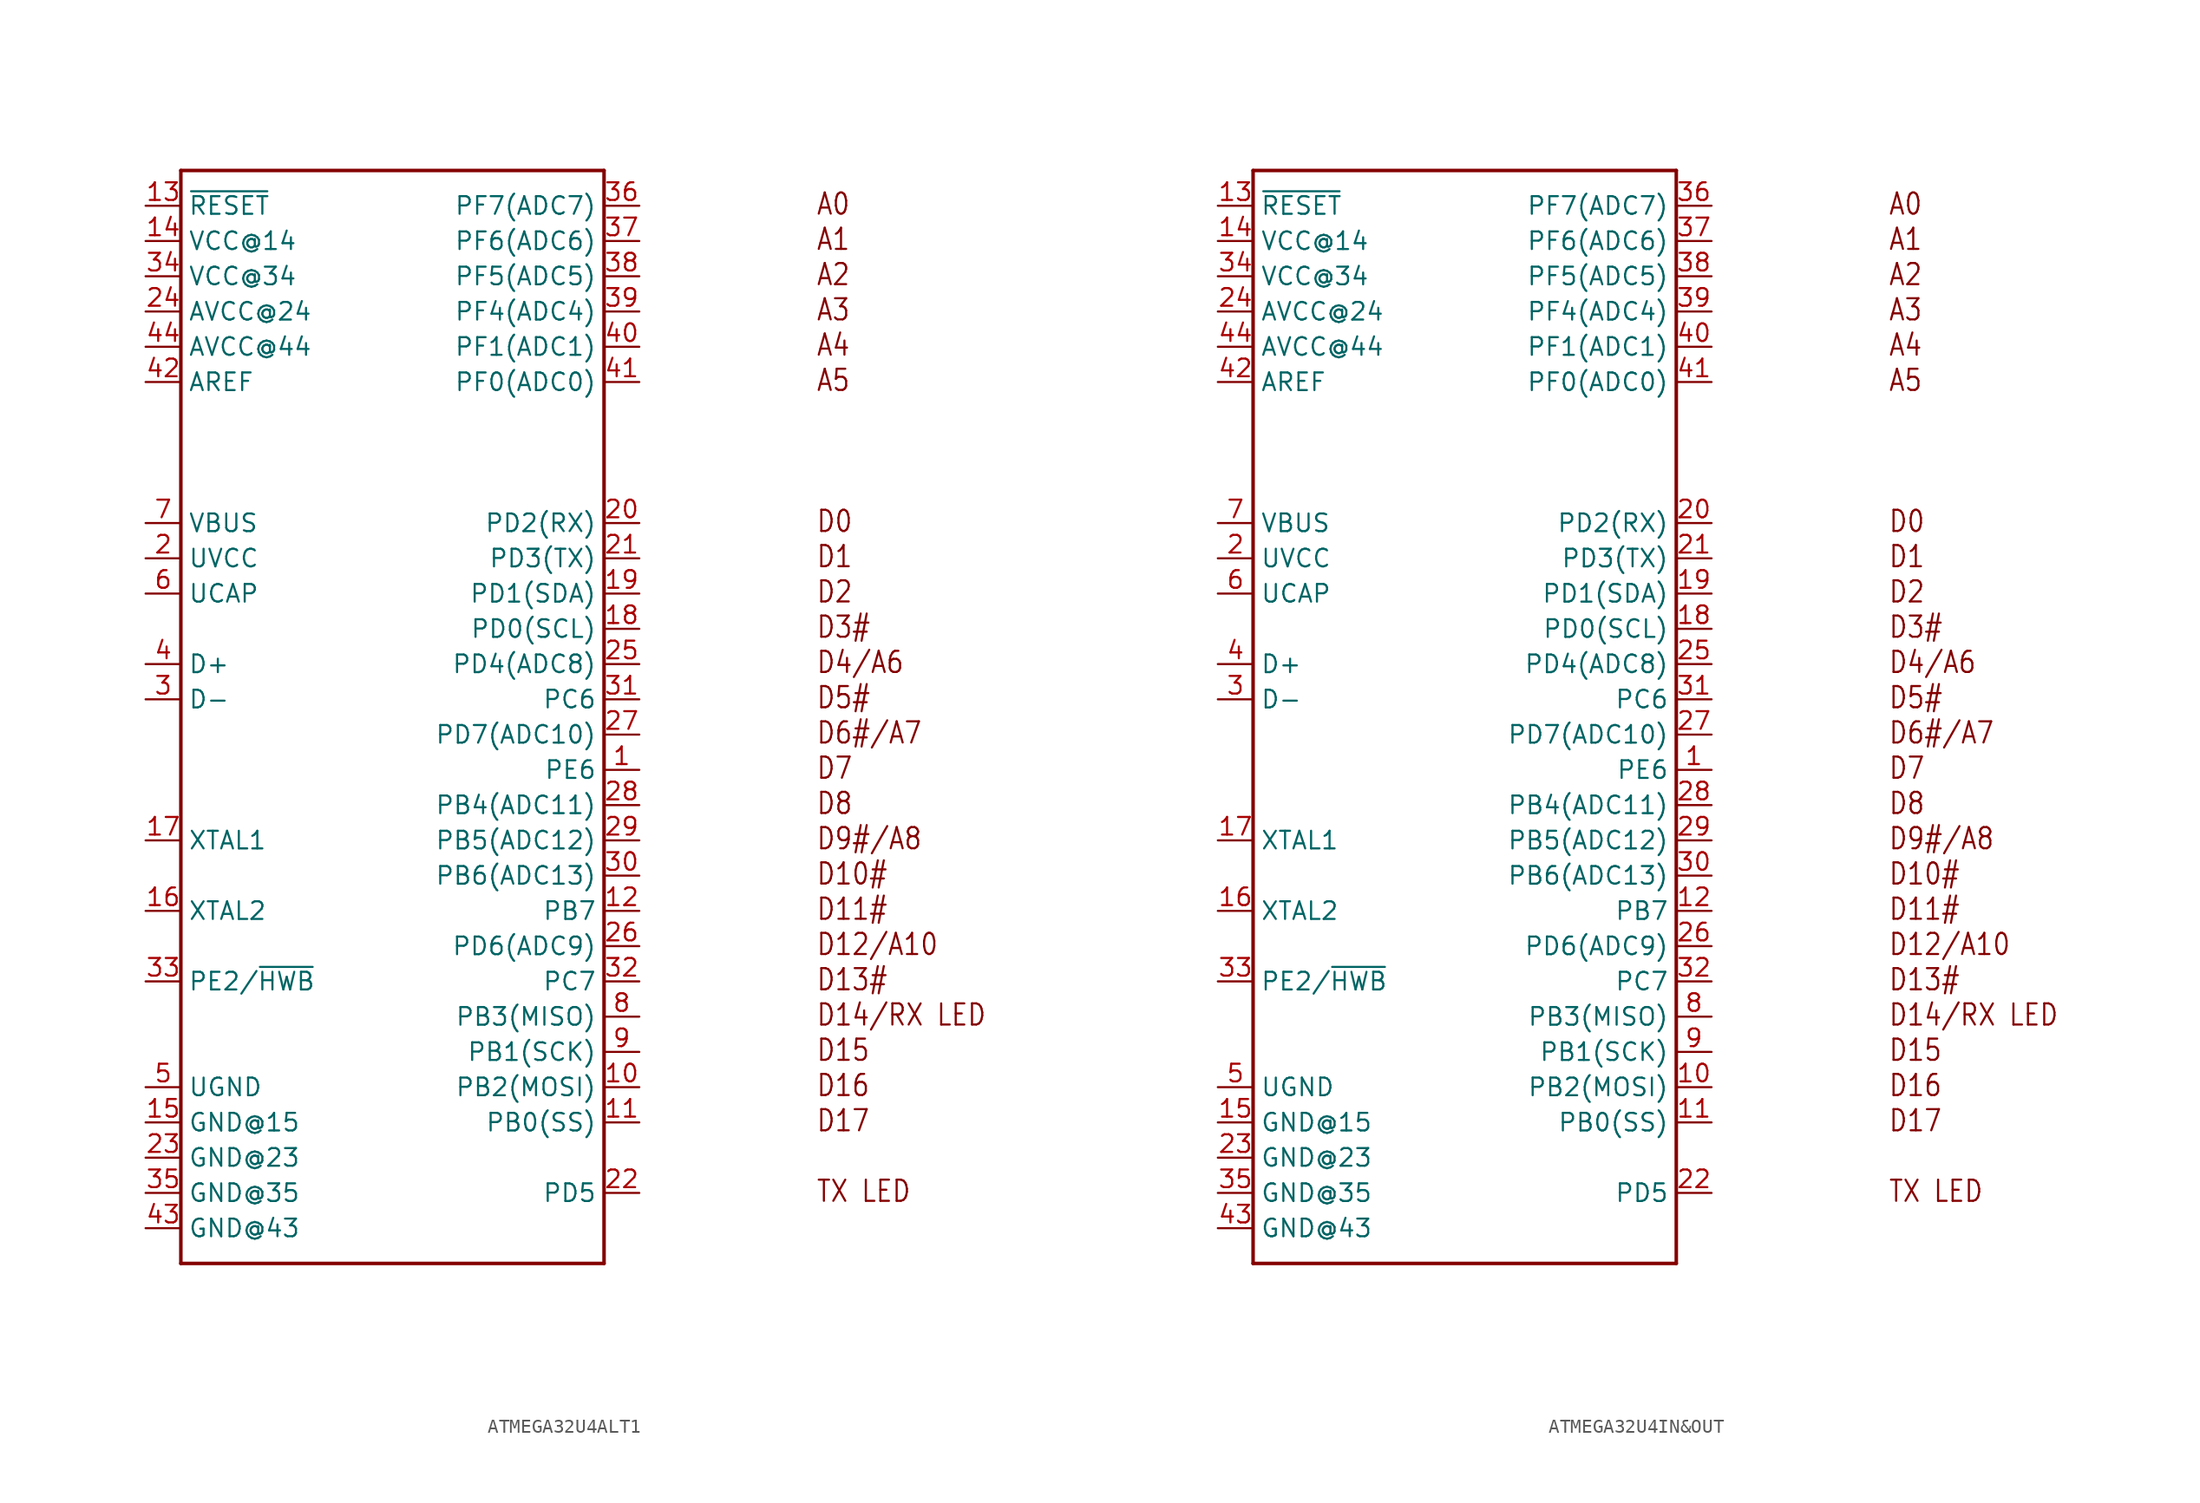
<source format=kicad_sym>
(kicad_symbol_lib
  (version 20220914)
  (generator kicad_symbol_editor)
  (symbol "ATMEGA32U4ALT1"
    (property "Reference" ""
      (at -15.24 38.1 0)
      (effects (font (size 1.778 1.511)) (justify left bottom) hide))
    (property "Value" ""
      (at -15.24 -43.18 0)
      (effects (font (size 1.778 1.511)) (justify left bottom)))
    (property "ki_locked" ""
      (at 0 0 0)
      (effects (font (size 1.27 1.27))))
    (symbol "ATMEGA32U4ALT1_1_0"
      (polyline (pts (xy -15.24 -40.64) (xy 15.24 -40.64)) (stroke (width 0.254) (type solid)) (fill (type none)))
      (polyline (pts (xy -15.24 38.1) (xy -15.24 -40.64)) (stroke (width 0.254) (type solid)) (fill (type none)))
      (polyline (pts (xy 15.24 -40.64) (xy 15.24 38.1)) (stroke (width 0.254) (type solid)) (fill (type none)))
      (polyline (pts (xy 15.24 38.1) (xy -15.24 38.1)) (stroke (width 0.254) (type solid)) (fill (type none)))
      (text "A0" (at 30.48 34.798 0) (effects (font (size 1.524 1.295)) (justify left bottom)))
      (text "A1" (at 30.48 32.258 0) (effects (font (size 1.524 1.295)) (justify left bottom)))
      (text "A2" (at 30.48 29.718 0) (effects (font (size 1.524 1.295)) (justify left bottom)))
      (text "A3" (at 30.48 27.178 0) (effects (font (size 1.524 1.295)) (justify left bottom)))
      (text "A4" (at 30.48 24.638 0) (effects (font (size 1.524 1.295)) (justify left bottom)))
      (text "A5" (at 30.48 22.098 0) (effects (font (size 1.524 1.295)) (justify left bottom)))
      (text "D0" (at 30.48 11.938 0) (effects (font (size 1.524 1.295)) (justify left bottom)))
      (text "D1" (at 30.48 9.398 0) (effects (font (size 1.524 1.295)) (justify left bottom)))
      (text "D10#" (at 30.48 -13.462 0) (effects (font (size 1.524 1.295)) (justify left bottom)))
      (text "D11#" (at 30.48 -16.002 0) (effects (font (size 1.524 1.295)) (justify left bottom)))
      (text "D12/A10" (at 30.48 -18.542 0) (effects (font (size 1.524 1.295)) (justify left bottom)))
      (text "D13#" (at 30.48 -21.082 0) (effects (font (size 1.524 1.295)) (justify left bottom)))
      (text "D14/RX LED" (at 30.48 -23.622 0) (effects (font (size 1.524 1.295)) (justify left bottom)))
      (text "D15" (at 30.48 -26.162 0) (effects (font (size 1.524 1.295)) (justify left bottom)))
      (text "D16" (at 30.48 -28.702 0) (effects (font (size 1.524 1.295)) (justify left bottom)))
      (text "D17" (at 30.48 -31.242 0) (effects (font (size 1.524 1.295)) (justify left bottom)))
      (text "D2" (at 30.48 6.858 0) (effects (font (size 1.524 1.295)) (justify left bottom)))
      (text "D3#" (at 30.48 4.318 0) (effects (font (size 1.524 1.295)) (justify left bottom)))
      (text "D4/A6" (at 30.48 1.778 0) (effects (font (size 1.524 1.295)) (justify left bottom)))
      (text "D5#" (at 30.48 -0.762 0) (effects (font (size 1.524 1.295)) (justify left bottom)))
      (text "D6#/A7" (at 30.48 -3.302 0) (effects (font (size 1.524 1.295)) (justify left bottom)))
      (text "D7" (at 30.48 -5.842 0) (effects (font (size 1.524 1.295)) (justify left bottom)))
      (text "D8" (at 30.48 -8.382 0) (effects (font (size 1.524 1.295)) (justify left bottom)))
      (text "D9#/A8" (at 30.48 -10.922 0) (effects (font (size 1.524 1.295)) (justify left bottom)))
      (text "TX LED" (at 30.48 -36.322 0) (effects (font (size 1.524 1.295)) (justify left bottom)))
      (pin bidirectional line (at 17.78 -5.08 180) (length 2.54) (name "PE6" (effects (font (size 1.27 1.27)))) (number "1" (effects (font (size 1.27 1.27)))))
      (pin bidirectional line (at 17.78 -27.94 180) (length 2.54) (name "PB2(MOSI)" (effects (font (size 1.27 1.27)))) (number "10" (effects (font (size 1.27 1.27)))))
      (pin bidirectional line (at 17.78 -30.48 180) (length 2.54) (name "PB0(SS)" (effects (font (size 1.27 1.27)))) (number "11" (effects (font (size 1.27 1.27)))))
      (pin bidirectional line (at 17.78 -15.24 180) (length 2.54) (name "PB7" (effects (font (size 1.27 1.27)))) (number "12" (effects (font (size 1.27 1.27)))))
      (pin bidirectional line (at -17.78 35.56 0) (length 2.54) (name "~{RESET}" (effects (font (size 1.27 1.27)))) (number "13" (effects (font (size 1.27 1.27)))))
      (pin bidirectional line (at -17.78 33.02 0) (length 2.54) (name "VCC@14" (effects (font (size 1.27 1.27)))) (number "14" (effects (font (size 1.27 1.27)))))
      (pin bidirectional line (at -17.78 -30.48 0) (length 2.54) (name "GND@15" (effects (font (size 1.27 1.27)))) (number "15" (effects (font (size 1.27 1.27)))))
      (pin bidirectional line (at -17.78 -15.24 0) (length 2.54) (name "XTAL2" (effects (font (size 1.27 1.27)))) (number "16" (effects (font (size 1.27 1.27)))))
      (pin bidirectional line (at -17.78 -10.16 0) (length 2.54) (name "XTAL1" (effects (font (size 1.27 1.27)))) (number "17" (effects (font (size 1.27 1.27)))))
      (pin bidirectional line (at 17.78 5.08 180) (length 2.54) (name "PD0(SCL)" (effects (font (size 1.27 1.27)))) (number "18" (effects (font (size 1.27 1.27)))))
      (pin bidirectional line (at 17.78 7.62 180) (length 2.54) (name "PD1(SDA)" (effects (font (size 1.27 1.27)))) (number "19" (effects (font (size 1.27 1.27)))))
      (pin bidirectional line (at -17.78 10.16 0) (length 2.54) (name "UVCC" (effects (font (size 1.27 1.27)))) (number "2" (effects (font (size 1.27 1.27)))))
      (pin bidirectional line (at 17.78 12.7 180) (length 2.54) (name "PD2(RX)" (effects (font (size 1.27 1.27)))) (number "20" (effects (font (size 1.27 1.27)))))
      (pin bidirectional line (at 17.78 10.16 180) (length 2.54) (name "PD3(TX)" (effects (font (size 1.27 1.27)))) (number "21" (effects (font (size 1.27 1.27)))))
      (pin bidirectional line (at 17.78 -35.56 180) (length 2.54) (name "PD5" (effects (font (size 1.27 1.27)))) (number "22" (effects (font (size 1.27 1.27)))))
      (pin bidirectional line (at -17.78 -33.02 0) (length 2.54) (name "GND@23" (effects (font (size 1.27 1.27)))) (number "23" (effects (font (size 1.27 1.27)))))
      (pin bidirectional line (at -17.78 27.94 0) (length 2.54) (name "AVCC@24" (effects (font (size 1.27 1.27)))) (number "24" (effects (font (size 1.27 1.27)))))
      (pin bidirectional line (at 17.78 2.54 180) (length 2.54) (name "PD4(ADC8)" (effects (font (size 1.27 1.27)))) (number "25" (effects (font (size 1.27 1.27)))))
      (pin bidirectional line (at 17.78 -17.78 180) (length 2.54) (name "PD6(ADC9)" (effects (font (size 1.27 1.27)))) (number "26" (effects (font (size 1.27 1.27)))))
      (pin bidirectional line (at 17.78 -2.54 180) (length 2.54) (name "PD7(ADC10)" (effects (font (size 1.27 1.27)))) (number "27" (effects (font (size 1.27 1.27)))))
      (pin bidirectional line (at 17.78 -7.62 180) (length 2.54) (name "PB4(ADC11)" (effects (font (size 1.27 1.27)))) (number "28" (effects (font (size 1.27 1.27)))))
      (pin bidirectional line (at 17.78 -10.16 180) (length 2.54) (name "PB5(ADC12)" (effects (font (size 1.27 1.27)))) (number "29" (effects (font (size 1.27 1.27)))))
      (pin bidirectional line (at -17.78 0 0) (length 2.54) (name "D-" (effects (font (size 1.27 1.27)))) (number "3" (effects (font (size 1.27 1.27)))))
      (pin bidirectional line (at 17.78 -12.7 180) (length 2.54) (name "PB6(ADC13)" (effects (font (size 1.27 1.27)))) (number "30" (effects (font (size 1.27 1.27)))))
      (pin bidirectional line (at 17.78 0 180) (length 2.54) (name "PC6" (effects (font (size 1.27 1.27)))) (number "31" (effects (font (size 1.27 1.27)))))
      (pin bidirectional line (at 17.78 -20.32 180) (length 2.54) (name "PC7" (effects (font (size 1.27 1.27)))) (number "32" (effects (font (size 1.27 1.27)))))
      (pin bidirectional line (at -17.78 -20.32 0) (length 2.54) (name "PE2/~{HWB}" (effects (font (size 1.27 1.27)))) (number "33" (effects (font (size 1.27 1.27)))))
      (pin bidirectional line (at -17.78 30.48 0) (length 2.54) (name "VCC@34" (effects (font (size 1.27 1.27)))) (number "34" (effects (font (size 1.27 1.27)))))
      (pin bidirectional line (at -17.78 -35.56 0) (length 2.54) (name "GND@35" (effects (font (size 1.27 1.27)))) (number "35" (effects (font (size 1.27 1.27)))))
      (pin bidirectional line (at 17.78 35.56 180) (length 2.54) (name "PF7(ADC7)" (effects (font (size 1.27 1.27)))) (number "36" (effects (font (size 1.27 1.27)))))
      (pin bidirectional line (at 17.78 33.02 180) (length 2.54) (name "PF6(ADC6)" (effects (font (size 1.27 1.27)))) (number "37" (effects (font (size 1.27 1.27)))))
      (pin bidirectional line (at 17.78 30.48 180) (length 2.54) (name "PF5(ADC5)" (effects (font (size 1.27 1.27)))) (number "38" (effects (font (size 1.27 1.27)))))
      (pin bidirectional line (at 17.78 27.94 180) (length 2.54) (name "PF4(ADC4)" (effects (font (size 1.27 1.27)))) (number "39" (effects (font (size 1.27 1.27)))))
      (pin bidirectional line (at -17.78 2.54 0) (length 2.54) (name "D+" (effects (font (size 1.27 1.27)))) (number "4" (effects (font (size 1.27 1.27)))))
      (pin bidirectional line (at 17.78 25.4 180) (length 2.54) (name "PF1(ADC1)" (effects (font (size 1.27 1.27)))) (number "40" (effects (font (size 1.27 1.27)))))
      (pin bidirectional line (at 17.78 22.86 180) (length 2.54) (name "PF0(ADC0)" (effects (font (size 1.27 1.27)))) (number "41" (effects (font (size 1.27 1.27)))))
      (pin bidirectional line (at -17.78 22.86 0) (length 2.54) (name "AREF" (effects (font (size 1.27 1.27)))) (number "42" (effects (font (size 1.27 1.27)))))
      (pin bidirectional line (at -17.78 -38.1 0) (length 2.54) (name "GND@43" (effects (font (size 1.27 1.27)))) (number "43" (effects (font (size 1.27 1.27)))))
      (pin bidirectional line (at -17.78 25.4 0) (length 2.54) (name "AVCC@44" (effects (font (size 1.27 1.27)))) (number "44" (effects (font (size 1.27 1.27)))))
      (pin bidirectional line (at -17.78 -27.94 0) (length 2.54) (name "UGND" (effects (font (size 1.27 1.27)))) (number "5" (effects (font (size 1.27 1.27)))))
      (pin bidirectional line (at -17.78 7.62 0) (length 2.54) (name "UCAP" (effects (font (size 1.27 1.27)))) (number "6" (effects (font (size 1.27 1.27)))))
      (pin bidirectional line (at -17.78 12.7 0) (length 2.54) (name "VBUS" (effects (font (size 1.27 1.27)))) (number "7" (effects (font (size 1.27 1.27)))))
      (pin bidirectional line (at 17.78 -22.86 180) (length 2.54) (name "PB3(MISO)" (effects (font (size 1.27 1.27)))) (number "8" (effects (font (size 1.27 1.27)))))
      (pin bidirectional line (at 17.78 -25.4 180) (length 2.54) (name "PB1(SCK)" (effects (font (size 1.27 1.27)))) (number "9" (effects (font (size 1.27 1.27)))))))
  (symbol "ATMEGA32U4IN&OUT"
    (property "Reference" ""
      (at -15.24 38.1 0)
      (effects (font (size 1.778 1.511)) (justify left bottom) hide))
    (property "Value" ""
      (at -15.24 -43.18 0)
      (effects (font (size 1.778 1.511)) (justify left bottom)))
    (property "ki_locked" ""
      (at 0 0 0)
      (effects (font (size 1.27 1.27))))
    (symbol "ATMEGA32U4IN&OUT_1_0"
      (polyline (pts (xy -15.24 -40.64) (xy 15.24 -40.64)) (stroke (width 0.254) (type solid)) (fill (type none)))
      (polyline (pts (xy -15.24 38.1) (xy -15.24 -40.64)) (stroke (width 0.254) (type solid)) (fill (type none)))
      (polyline (pts (xy 15.24 -40.64) (xy 15.24 38.1)) (stroke (width 0.254) (type solid)) (fill (type none)))
      (polyline (pts (xy 15.24 38.1) (xy -15.24 38.1)) (stroke (width 0.254) (type solid)) (fill (type none)))
      (text "A0" (at 30.48 34.798 0) (effects (font (size 1.524 1.295)) (justify left bottom)))
      (text "A1" (at 30.48 32.258 0) (effects (font (size 1.524 1.295)) (justify left bottom)))
      (text "A2" (at 30.48 29.718 0) (effects (font (size 1.524 1.295)) (justify left bottom)))
      (text "A3" (at 30.48 27.178 0) (effects (font (size 1.524 1.295)) (justify left bottom)))
      (text "A4" (at 30.48 24.638 0) (effects (font (size 1.524 1.295)) (justify left bottom)))
      (text "A5" (at 30.48 22.098 0) (effects (font (size 1.524 1.295)) (justify left bottom)))
      (text "D0" (at 30.48 11.938 0) (effects (font (size 1.524 1.295)) (justify left bottom)))
      (text "D1" (at 30.48 9.398 0) (effects (font (size 1.524 1.295)) (justify left bottom)))
      (text "D10#" (at 30.48 -13.462 0) (effects (font (size 1.524 1.295)) (justify left bottom)))
      (text "D11#" (at 30.48 -16.002 0) (effects (font (size 1.524 1.295)) (justify left bottom)))
      (text "D12/A10" (at 30.48 -18.542 0) (effects (font (size 1.524 1.295)) (justify left bottom)))
      (text "D13#" (at 30.48 -21.082 0) (effects (font (size 1.524 1.295)) (justify left bottom)))
      (text "D14/RX LED" (at 30.48 -23.622 0) (effects (font (size 1.524 1.295)) (justify left bottom)))
      (text "D15" (at 30.48 -26.162 0) (effects (font (size 1.524 1.295)) (justify left bottom)))
      (text "D16" (at 30.48 -28.702 0) (effects (font (size 1.524 1.295)) (justify left bottom)))
      (text "D17" (at 30.48 -31.242 0) (effects (font (size 1.524 1.295)) (justify left bottom)))
      (text "D2" (at 30.48 6.858 0) (effects (font (size 1.524 1.295)) (justify left bottom)))
      (text "D3#" (at 30.48 4.318 0) (effects (font (size 1.524 1.295)) (justify left bottom)))
      (text "D4/A6" (at 30.48 1.778 0) (effects (font (size 1.524 1.295)) (justify left bottom)))
      (text "D5#" (at 30.48 -0.762 0) (effects (font (size 1.524 1.295)) (justify left bottom)))
      (text "D6#/A7" (at 30.48 -3.302 0) (effects (font (size 1.524 1.295)) (justify left bottom)))
      (text "D7" (at 30.48 -5.842 0) (effects (font (size 1.524 1.295)) (justify left bottom)))
      (text "D8" (at 30.48 -8.382 0) (effects (font (size 1.524 1.295)) (justify left bottom)))
      (text "D9#/A8" (at 30.48 -10.922 0) (effects (font (size 1.524 1.295)) (justify left bottom)))
      (text "TX LED" (at 30.48 -36.322 0) (effects (font (size 1.524 1.295)) (justify left bottom)))
      (pin bidirectional line (at 17.78 -5.08 180) (length 2.54) (name "PE6" (effects (font (size 1.27 1.27)))) (number "1" (effects (font (size 1.27 1.27)))))
      (pin bidirectional line (at 17.78 -27.94 180) (length 2.54) (name "PB2(MOSI)" (effects (font (size 1.27 1.27)))) (number "10" (effects (font (size 1.27 1.27)))))
      (pin bidirectional line (at 17.78 -30.48 180) (length 2.54) (name "PB0(SS)" (effects (font (size 1.27 1.27)))) (number "11" (effects (font (size 1.27 1.27)))))
      (pin bidirectional line (at 17.78 -15.24 180) (length 2.54) (name "PB7" (effects (font (size 1.27 1.27)))) (number "12" (effects (font (size 1.27 1.27)))))
      (pin bidirectional line (at -17.78 35.56 0) (length 2.54) (name "~{RESET}" (effects (font (size 1.27 1.27)))) (number "13" (effects (font (size 1.27 1.27)))))
      (pin bidirectional line (at -17.78 33.02 0) (length 2.54) (name "VCC@14" (effects (font (size 1.27 1.27)))) (number "14" (effects (font (size 1.27 1.27)))))
      (pin bidirectional line (at -17.78 -30.48 0) (length 2.54) (name "GND@15" (effects (font (size 1.27 1.27)))) (number "15" (effects (font (size 1.27 1.27)))))
      (pin bidirectional line (at -17.78 -15.24 0) (length 2.54) (name "XTAL2" (effects (font (size 1.27 1.27)))) (number "16" (effects (font (size 1.27 1.27)))))
      (pin bidirectional line (at -17.78 -10.16 0) (length 2.54) (name "XTAL1" (effects (font (size 1.27 1.27)))) (number "17" (effects (font (size 1.27 1.27)))))
      (pin bidirectional line (at 17.78 5.08 180) (length 2.54) (name "PD0(SCL)" (effects (font (size 1.27 1.27)))) (number "18" (effects (font (size 1.27 1.27)))))
      (pin bidirectional line (at 17.78 7.62 180) (length 2.54) (name "PD1(SDA)" (effects (font (size 1.27 1.27)))) (number "19" (effects (font (size 1.27 1.27)))))
      (pin bidirectional line (at -17.78 10.16 0) (length 2.54) (name "UVCC" (effects (font (size 1.27 1.27)))) (number "2" (effects (font (size 1.27 1.27)))))
      (pin bidirectional line (at 17.78 12.7 180) (length 2.54) (name "PD2(RX)" (effects (font (size 1.27 1.27)))) (number "20" (effects (font (size 1.27 1.27)))))
      (pin bidirectional line (at 17.78 10.16 180) (length 2.54) (name "PD3(TX)" (effects (font (size 1.27 1.27)))) (number "21" (effects (font (size 1.27 1.27)))))
      (pin bidirectional line (at 17.78 -35.56 180) (length 2.54) (name "PD5" (effects (font (size 1.27 1.27)))) (number "22" (effects (font (size 1.27 1.27)))))
      (pin bidirectional line (at -17.78 -33.02 0) (length 2.54) (name "GND@23" (effects (font (size 1.27 1.27)))) (number "23" (effects (font (size 1.27 1.27)))))
      (pin bidirectional line (at -17.78 27.94 0) (length 2.54) (name "AVCC@24" (effects (font (size 1.27 1.27)))) (number "24" (effects (font (size 1.27 1.27)))))
      (pin bidirectional line (at 17.78 2.54 180) (length 2.54) (name "PD4(ADC8)" (effects (font (size 1.27 1.27)))) (number "25" (effects (font (size 1.27 1.27)))))
      (pin bidirectional line (at 17.78 -17.78 180) (length 2.54) (name "PD6(ADC9)" (effects (font (size 1.27 1.27)))) (number "26" (effects (font (size 1.27 1.27)))))
      (pin bidirectional line (at 17.78 -2.54 180) (length 2.54) (name "PD7(ADC10)" (effects (font (size 1.27 1.27)))) (number "27" (effects (font (size 1.27 1.27)))))
      (pin bidirectional line (at 17.78 -7.62 180) (length 2.54) (name "PB4(ADC11)" (effects (font (size 1.27 1.27)))) (number "28" (effects (font (size 1.27 1.27)))))
      (pin bidirectional line (at 17.78 -10.16 180) (length 2.54) (name "PB5(ADC12)" (effects (font (size 1.27 1.27)))) (number "29" (effects (font (size 1.27 1.27)))))
      (pin bidirectional line (at -17.78 0 0) (length 2.54) (name "D-" (effects (font (size 1.27 1.27)))) (number "3" (effects (font (size 1.27 1.27)))))
      (pin bidirectional line (at 17.78 -12.7 180) (length 2.54) (name "PB6(ADC13)" (effects (font (size 1.27 1.27)))) (number "30" (effects (font (size 1.27 1.27)))))
      (pin bidirectional line (at 17.78 0 180) (length 2.54) (name "PC6" (effects (font (size 1.27 1.27)))) (number "31" (effects (font (size 1.27 1.27)))))
      (pin bidirectional line (at 17.78 -20.32 180) (length 2.54) (name "PC7" (effects (font (size 1.27 1.27)))) (number "32" (effects (font (size 1.27 1.27)))))
      (pin bidirectional line (at -17.78 -20.32 0) (length 2.54) (name "PE2/~{HWB}" (effects (font (size 1.27 1.27)))) (number "33" (effects (font (size 1.27 1.27)))))
      (pin bidirectional line (at -17.78 30.48 0) (length 2.54) (name "VCC@34" (effects (font (size 1.27 1.27)))) (number "34" (effects (font (size 1.27 1.27)))))
      (pin bidirectional line (at -17.78 -35.56 0) (length 2.54) (name "GND@35" (effects (font (size 1.27 1.27)))) (number "35" (effects (font (size 1.27 1.27)))))
      (pin bidirectional line (at 17.78 35.56 180) (length 2.54) (name "PF7(ADC7)" (effects (font (size 1.27 1.27)))) (number "36" (effects (font (size 1.27 1.27)))))
      (pin bidirectional line (at 17.78 33.02 180) (length 2.54) (name "PF6(ADC6)" (effects (font (size 1.27 1.27)))) (number "37" (effects (font (size 1.27 1.27)))))
      (pin bidirectional line (at 17.78 30.48 180) (length 2.54) (name "PF5(ADC5)" (effects (font (size 1.27 1.27)))) (number "38" (effects (font (size 1.27 1.27)))))
      (pin bidirectional line (at 17.78 27.94 180) (length 2.54) (name "PF4(ADC4)" (effects (font (size 1.27 1.27)))) (number "39" (effects (font (size 1.27 1.27)))))
      (pin bidirectional line (at -17.78 2.54 0) (length 2.54) (name "D+" (effects (font (size 1.27 1.27)))) (number "4" (effects (font (size 1.27 1.27)))))
      (pin bidirectional line (at 17.78 25.4 180) (length 2.54) (name "PF1(ADC1)" (effects (font (size 1.27 1.27)))) (number "40" (effects (font (size 1.27 1.27)))))
      (pin bidirectional line (at 17.78 22.86 180) (length 2.54) (name "PF0(ADC0)" (effects (font (size 1.27 1.27)))) (number "41" (effects (font (size 1.27 1.27)))))
      (pin bidirectional line (at -17.78 22.86 0) (length 2.54) (name "AREF" (effects (font (size 1.27 1.27)))) (number "42" (effects (font (size 1.27 1.27)))))
      (pin bidirectional line (at -17.78 -38.1 0) (length 2.54) (name "GND@43" (effects (font (size 1.27 1.27)))) (number "43" (effects (font (size 1.27 1.27)))))
      (pin bidirectional line (at -17.78 25.4 0) (length 2.54) (name "AVCC@44" (effects (font (size 1.27 1.27)))) (number "44" (effects (font (size 1.27 1.27)))))
      (pin bidirectional line (at -17.78 -27.94 0) (length 2.54) (name "UGND" (effects (font (size 1.27 1.27)))) (number "5" (effects (font (size 1.27 1.27)))))
      (pin bidirectional line (at -17.78 7.62 0) (length 2.54) (name "UCAP" (effects (font (size 1.27 1.27)))) (number "6" (effects (font (size 1.27 1.27)))))
      (pin bidirectional line (at -17.78 12.7 0) (length 2.54) (name "VBUS" (effects (font (size 1.27 1.27)))) (number "7" (effects (font (size 1.27 1.27)))))
      (pin bidirectional line (at 17.78 -22.86 180) (length 2.54) (name "PB3(MISO)" (effects (font (size 1.27 1.27)))) (number "8" (effects (font (size 1.27 1.27)))))
      (pin bidirectional line (at 17.78 -25.4 180) (length 2.54) (name "PB1(SCK)" (effects (font (size 1.27 1.27)))) (number "9" (effects (font (size 1.27 1.27))))))))
</source>
